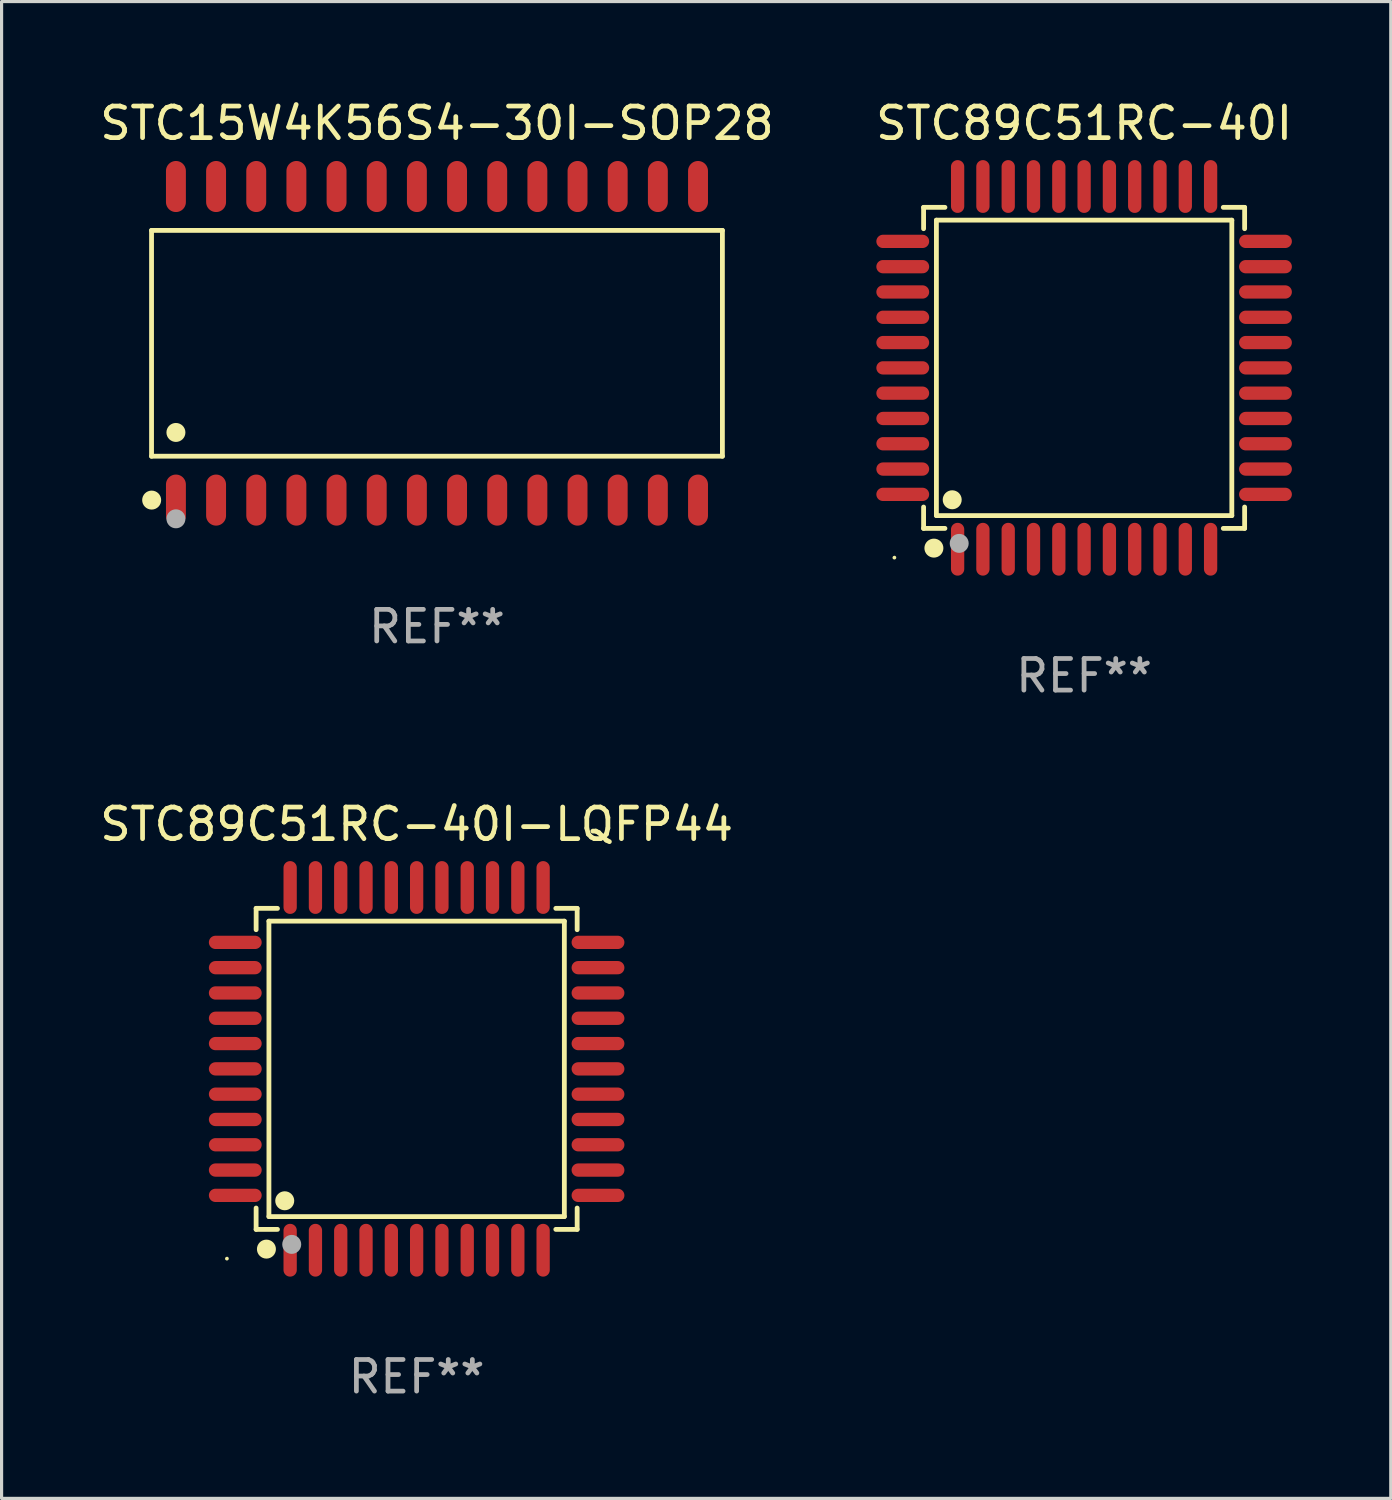
<source format=kicad_pcb>
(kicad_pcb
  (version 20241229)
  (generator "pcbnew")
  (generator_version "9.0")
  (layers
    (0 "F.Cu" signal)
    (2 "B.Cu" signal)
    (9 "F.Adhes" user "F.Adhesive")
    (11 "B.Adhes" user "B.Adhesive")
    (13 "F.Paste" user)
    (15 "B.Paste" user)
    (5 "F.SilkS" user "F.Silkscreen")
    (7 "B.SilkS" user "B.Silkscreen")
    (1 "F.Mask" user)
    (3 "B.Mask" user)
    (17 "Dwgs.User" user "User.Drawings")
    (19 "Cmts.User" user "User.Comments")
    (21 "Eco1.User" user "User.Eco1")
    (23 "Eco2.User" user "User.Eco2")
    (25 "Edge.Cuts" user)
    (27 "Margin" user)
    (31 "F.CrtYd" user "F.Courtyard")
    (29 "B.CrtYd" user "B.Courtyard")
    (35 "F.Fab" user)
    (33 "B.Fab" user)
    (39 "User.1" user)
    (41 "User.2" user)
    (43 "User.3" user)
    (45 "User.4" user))
  (footprint "STC89C51RC-40I-LQFP44"
    (layer "F.Cu")
    (at 10.125 30.75)
    (property "Reference" "STC89C51RC-40I-LQFP44" (at 0 -7.735 0) (layer "F.SilkS") (effects (font (size 1 1) (thickness 0.15))))
    (attr through_hole)
    (fp_line (start -5.076 -5.076) (end -4.401 -5.076) (stroke (width 0.152) (type solid)) (layer "F.SilkS"))
    (fp_line (start -5.076 -4.401) (end -5.076 -5.076) (stroke (width 0.152) (type solid)) (layer "F.SilkS"))
    (fp_line (start -5.076 4.401) (end -5.076 5.076) (stroke (width 0.152) (type solid)) (layer "F.SilkS"))
    (fp_line (start -5.076 5.076) (end -4.401 5.076) (stroke (width 0.152) (type solid)) (layer "F.SilkS"))
    (fp_line (start -4.671 -4.671) (end 4.671 -4.671) (stroke (width 0.152) (type solid)) (layer "F.SilkS"))
    (fp_line (start -4.671 4.671) (end -4.671 -4.671) (stroke (width 0.152) (type solid)) (layer "F.SilkS"))
    (fp_line (start 4.671 -4.671) (end 4.671 4.671) (stroke (width 0.152) (type solid)) (layer "F.SilkS"))
    (fp_line (start 4.671 4.671) (end -4.671 4.671) (stroke (width 0.152) (type solid)) (layer "F.SilkS"))
    (fp_line (start 5.076 -5.076) (end 4.401 -5.076) (stroke (width 0.152) (type solid)) (layer "F.SilkS"))
    (fp_line (start 5.076 -4.401) (end 5.076 -5.076) (stroke (width 0.152) (type solid)) (layer "F.SilkS"))
    (fp_line (start 5.076 4.401) (end 5.076 5.076) (stroke (width 0.152) (type solid)) (layer "F.SilkS"))
    (fp_line (start 5.076 5.076) (end 4.401 5.076) (stroke (width 0.152) (type solid)) (layer "F.SilkS"))
    (fp_circle (center -6 6) (end -5.97 6) (stroke (width 0.06) (type solid)) (fill no) (layer "F.SilkS"))
    (fp_circle (center -4.75 5.7) (end -4.6 5.7) (stroke (width 0.3) (type solid)) (fill no) (layer "F.SilkS"))
    (fp_circle (center -4.171 4.171) (end -4.021 4.171) (stroke (width 0.3) (type solid)) (fill no) (layer "F.SilkS"))
    (fp_circle (center -3.95 5.55) (end -3.8 5.55) (stroke (width 0.3) (type solid)) (fill no) (layer "F.Fab"))
    (fp_text user "REF**" (at 0 9.735 0) (layer "F.Fab") (effects (font (size 1 1) (thickness 0.15))))
    (pad "1" smd oval (at -4 5.735) (size 0.42 1.67) (layers "F.Cu" "F.Mask" "F.Paste"))
    (pad "2" smd oval (at -3.2 5.735) (size 0.42 1.67) (layers "F.Cu" "F.Mask" "F.Paste"))
    (pad "3" smd oval (at -2.4 5.735) (size 0.42 1.67) (layers "F.Cu" "F.Mask" "F.Paste"))
    (pad "4" smd oval (at -1.6 5.735) (size 0.42 1.67) (layers "F.Cu" "F.Mask" "F.Paste"))
    (pad "5" smd oval (at -0.8 5.735) (size 0.42 1.67) (layers "F.Cu" "F.Mask" "F.Paste"))
    (pad "6" smd oval (at 0 5.735) (size 0.42 1.67) (layers "F.Cu" "F.Mask" "F.Paste"))
    (pad "7" smd oval (at 0.8 5.735) (size 0.42 1.67) (layers "F.Cu" "F.Mask" "F.Paste"))
    (pad "8" smd oval (at 1.6 5.735) (size 0.42 1.67) (layers "F.Cu" "F.Mask" "F.Paste"))
    (pad "9" smd oval (at 2.4 5.735) (size 0.42 1.67) (layers "F.Cu" "F.Mask" "F.Paste"))
    (pad "10" smd oval (at 3.2 5.735) (size 0.42 1.67) (layers "F.Cu" "F.Mask" "F.Paste"))
    (pad "11" smd oval (at 4 5.735) (size 0.42 1.67) (layers "F.Cu" "F.Mask" "F.Paste"))
    (pad "12" smd oval (at 5.735 4) (size 1.67 0.42) (layers "F.Cu" "F.Mask" "F.Paste"))
    (pad "13" smd oval (at 5.735 3.2) (size 1.67 0.42) (layers "F.Cu" "F.Mask" "F.Paste"))
    (pad "14" smd oval (at 5.735 2.4) (size 1.67 0.42) (layers "F.Cu" "F.Mask" "F.Paste"))
    (pad "15" smd oval (at 5.735 1.6) (size 1.67 0.42) (layers "F.Cu" "F.Mask" "F.Paste"))
    (pad "16" smd oval (at 5.735 0.8) (size 1.67 0.42) (layers "F.Cu" "F.Mask" "F.Paste"))
    (pad "17" smd oval (at 5.735 0) (size 1.67 0.42) (layers "F.Cu" "F.Mask" "F.Paste"))
    (pad "18" smd oval (at 5.735 -0.8) (size 1.67 0.42) (layers "F.Cu" "F.Mask" "F.Paste"))
    (pad "19" smd oval (at 5.735 -1.6) (size 1.67 0.42) (layers "F.Cu" "F.Mask" "F.Paste"))
    (pad "20" smd oval (at 5.735 -2.4) (size 1.67 0.42) (layers "F.Cu" "F.Mask" "F.Paste"))
    (pad "21" smd oval (at 5.735 -3.2) (size 1.67 0.42) (layers "F.Cu" "F.Mask" "F.Paste"))
    (pad "22" smd oval (at 5.735 -4) (size 1.67 0.42) (layers "F.Cu" "F.Mask" "F.Paste"))
    (pad "23" smd oval (at 4 -5.735) (size 0.42 1.67) (layers "F.Cu" "F.Mask" "F.Paste"))
    (pad "24" smd oval (at 3.2 -5.735) (size 0.42 1.67) (layers "F.Cu" "F.Mask" "F.Paste"))
    (pad "25" smd oval (at 2.4 -5.735) (size 0.42 1.67) (layers "F.Cu" "F.Mask" "F.Paste"))
    (pad "26" smd oval (at 1.6 -5.735) (size 0.42 1.67) (layers "F.Cu" "F.Mask" "F.Paste"))
    (pad "27" smd oval (at 0.8 -5.735) (size 0.42 1.67) (layers "F.Cu" "F.Mask" "F.Paste"))
    (pad "28" smd oval (at 0 -5.735) (size 0.42 1.67) (layers "F.Cu" "F.Mask" "F.Paste"))
    (pad "29" smd oval (at -0.8 -5.735) (size 0.42 1.67) (layers "F.Cu" "F.Mask" "F.Paste"))
    (pad "30" smd oval (at -1.6 -5.735) (size 0.42 1.67) (layers "F.Cu" "F.Mask" "F.Paste"))
    (pad "31" smd oval (at -2.4 -5.735) (size 0.42 1.67) (layers "F.Cu" "F.Mask" "F.Paste"))
    (pad "32" smd oval (at -3.2 -5.735) (size 0.42 1.67) (layers "F.Cu" "F.Mask" "F.Paste"))
    (pad "33" smd oval (at -4 -5.735) (size 0.42 1.67) (layers "F.Cu" "F.Mask" "F.Paste"))
    (pad "34" smd oval (at -5.735 -4) (size 1.67 0.42) (layers "F.Cu" "F.Mask" "F.Paste"))
    (pad "35" smd oval (at -5.735 -3.2) (size 1.67 0.42) (layers "F.Cu" "F.Mask" "F.Paste"))
    (pad "36" smd oval (at -5.735 -2.4) (size 1.67 0.42) (layers "F.Cu" "F.Mask" "F.Paste"))
    (pad "37" smd oval (at -5.735 -1.6) (size 1.67 0.42) (layers "F.Cu" "F.Mask" "F.Paste"))
    (pad "38" smd oval (at -5.735 -0.8) (size 1.67 0.42) (layers "F.Cu" "F.Mask" "F.Paste"))
    (pad "39" smd oval (at -5.735 0) (size 1.67 0.42) (layers "F.Cu" "F.Mask" "F.Paste"))
    (pad "40" smd oval (at -5.735 0.8) (size 1.67 0.42) (layers "F.Cu" "F.Mask" "F.Paste"))
    (pad "41" smd oval (at -5.735 1.6) (size 1.67 0.42) (layers "F.Cu" "F.Mask" "F.Paste"))
    (pad "42" smd oval (at -5.735 2.4) (size 1.67 0.42) (layers "F.Cu" "F.Mask" "F.Paste"))
    (pad "43" smd oval (at -5.735 3.2) (size 1.67 0.42) (layers "F.Cu" "F.Mask" "F.Paste"))
    (pad "44" smd oval (at -5.735 4) (size 1.67 0.42) (layers "F.Cu" "F.Mask" "F.Paste")))
  (footprint "STC89C51RC-40I"
    (layer "F.Cu")
    (at 31.232 8.583)
    (property "Reference" "STC89C51RC-40I" (at 0 -7.735 0) (layer "F.SilkS") (effects (font (size 1 1) (thickness 0.15))))
    (attr through_hole)
    (fp_line (start -5.076 -5.076) (end -4.401 -5.076) (stroke (width 0.152) (type solid)) (layer "F.SilkS"))
    (fp_line (start -5.076 -4.401) (end -5.076 -5.076) (stroke (width 0.152) (type solid)) (layer "F.SilkS"))
    (fp_line (start -5.076 4.401) (end -5.076 5.076) (stroke (width 0.152) (type solid)) (layer "F.SilkS"))
    (fp_line (start -5.076 5.076) (end -4.401 5.076) (stroke (width 0.152) (type solid)) (layer "F.SilkS"))
    (fp_line (start -4.671 -4.671) (end 4.671 -4.671) (stroke (width 0.152) (type solid)) (layer "F.SilkS"))
    (fp_line (start -4.671 4.671) (end -4.671 -4.671) (stroke (width 0.152) (type solid)) (layer "F.SilkS"))
    (fp_line (start 4.671 -4.671) (end 4.671 4.671) (stroke (width 0.152) (type solid)) (layer "F.SilkS"))
    (fp_line (start 4.671 4.671) (end -4.671 4.671) (stroke (width 0.152) (type solid)) (layer "F.SilkS"))
    (fp_line (start 5.076 -5.076) (end 4.401 -5.076) (stroke (width 0.152) (type solid)) (layer "F.SilkS"))
    (fp_line (start 5.076 -4.401) (end 5.076 -5.076) (stroke (width 0.152) (type solid)) (layer "F.SilkS"))
    (fp_line (start 5.076 4.401) (end 5.076 5.076) (stroke (width 0.152) (type solid)) (layer "F.SilkS"))
    (fp_line (start 5.076 5.076) (end 4.401 5.076) (stroke (width 0.152) (type solid)) (layer "F.SilkS"))
    (fp_circle (center -6 6) (end -5.97 6) (stroke (width 0.06) (type solid)) (fill no) (layer "F.SilkS"))
    (fp_circle (center -4.75 5.7) (end -4.6 5.7) (stroke (width 0.3) (type solid)) (fill no) (layer "F.SilkS"))
    (fp_circle (center -4.171 4.171) (end -4.021 4.171) (stroke (width 0.3) (type solid)) (fill no) (layer "F.SilkS"))
    (fp_circle (center -3.95 5.55) (end -3.8 5.55) (stroke (width 0.3) (type solid)) (fill no) (layer "F.Fab"))
    (fp_text user "REF**" (at 0 9.735 0) (layer "F.Fab") (effects (font (size 1 1) (thickness 0.15))))
    (pad "1" smd oval (at -4 5.735) (size 0.42 1.67) (layers "F.Cu" "F.Mask" "F.Paste"))
    (pad "2" smd oval (at -3.2 5.735) (size 0.42 1.67) (layers "F.Cu" "F.Mask" "F.Paste"))
    (pad "3" smd oval (at -2.4 5.735) (size 0.42 1.67) (layers "F.Cu" "F.Mask" "F.Paste"))
    (pad "4" smd oval (at -1.6 5.735) (size 0.42 1.67) (layers "F.Cu" "F.Mask" "F.Paste"))
    (pad "5" smd oval (at -0.8 5.735) (size 0.42 1.67) (layers "F.Cu" "F.Mask" "F.Paste"))
    (pad "6" smd oval (at 0 5.735) (size 0.42 1.67) (layers "F.Cu" "F.Mask" "F.Paste"))
    (pad "7" smd oval (at 0.8 5.735) (size 0.42 1.67) (layers "F.Cu" "F.Mask" "F.Paste"))
    (pad "8" smd oval (at 1.6 5.735) (size 0.42 1.67) (layers "F.Cu" "F.Mask" "F.Paste"))
    (pad "9" smd oval (at 2.4 5.735) (size 0.42 1.67) (layers "F.Cu" "F.Mask" "F.Paste"))
    (pad "10" smd oval (at 3.2 5.735) (size 0.42 1.67) (layers "F.Cu" "F.Mask" "F.Paste"))
    (pad "11" smd oval (at 4 5.735) (size 0.42 1.67) (layers "F.Cu" "F.Mask" "F.Paste"))
    (pad "12" smd oval (at 5.735 4) (size 1.67 0.42) (layers "F.Cu" "F.Mask" "F.Paste"))
    (pad "13" smd oval (at 5.735 3.2) (size 1.67 0.42) (layers "F.Cu" "F.Mask" "F.Paste"))
    (pad "14" smd oval (at 5.735 2.4) (size 1.67 0.42) (layers "F.Cu" "F.Mask" "F.Paste"))
    (pad "15" smd oval (at 5.735 1.6) (size 1.67 0.42) (layers "F.Cu" "F.Mask" "F.Paste"))
    (pad "16" smd oval (at 5.735 0.8) (size 1.67 0.42) (layers "F.Cu" "F.Mask" "F.Paste"))
    (pad "17" smd oval (at 5.735 0) (size 1.67 0.42) (layers "F.Cu" "F.Mask" "F.Paste"))
    (pad "18" smd oval (at 5.735 -0.8) (size 1.67 0.42) (layers "F.Cu" "F.Mask" "F.Paste"))
    (pad "19" smd oval (at 5.735 -1.6) (size 1.67 0.42) (layers "F.Cu" "F.Mask" "F.Paste"))
    (pad "20" smd oval (at 5.735 -2.4) (size 1.67 0.42) (layers "F.Cu" "F.Mask" "F.Paste"))
    (pad "21" smd oval (at 5.735 -3.2) (size 1.67 0.42) (layers "F.Cu" "F.Mask" "F.Paste"))
    (pad "22" smd oval (at 5.735 -4) (size 1.67 0.42) (layers "F.Cu" "F.Mask" "F.Paste"))
    (pad "23" smd oval (at 4 -5.735) (size 0.42 1.67) (layers "F.Cu" "F.Mask" "F.Paste"))
    (pad "24" smd oval (at 3.2 -5.735) (size 0.42 1.67) (layers "F.Cu" "F.Mask" "F.Paste"))
    (pad "25" smd oval (at 2.4 -5.735) (size 0.42 1.67) (layers "F.Cu" "F.Mask" "F.Paste"))
    (pad "26" smd oval (at 1.6 -5.735) (size 0.42 1.67) (layers "F.Cu" "F.Mask" "F.Paste"))
    (pad "27" smd oval (at 0.8 -5.735) (size 0.42 1.67) (layers "F.Cu" "F.Mask" "F.Paste"))
    (pad "28" smd oval (at 0 -5.735) (size 0.42 1.67) (layers "F.Cu" "F.Mask" "F.Paste"))
    (pad "29" smd oval (at -0.8 -5.735) (size 0.42 1.67) (layers "F.Cu" "F.Mask" "F.Paste"))
    (pad "30" smd oval (at -1.6 -5.735) (size 0.42 1.67) (layers "F.Cu" "F.Mask" "F.Paste"))
    (pad "31" smd oval (at -2.4 -5.735) (size 0.42 1.67) (layers "F.Cu" "F.Mask" "F.Paste"))
    (pad "32" smd oval (at -3.2 -5.735) (size 0.42 1.67) (layers "F.Cu" "F.Mask" "F.Paste"))
    (pad "33" smd oval (at -4 -5.735) (size 0.42 1.67) (layers "F.Cu" "F.Mask" "F.Paste"))
    (pad "34" smd oval (at -5.735 -4) (size 1.67 0.42) (layers "F.Cu" "F.Mask" "F.Paste"))
    (pad "35" smd oval (at -5.735 -3.2) (size 1.67 0.42) (layers "F.Cu" "F.Mask" "F.Paste"))
    (pad "36" smd oval (at -5.735 -2.4) (size 1.67 0.42) (layers "F.Cu" "F.Mask" "F.Paste"))
    (pad "37" smd oval (at -5.735 -1.6) (size 1.67 0.42) (layers "F.Cu" "F.Mask" "F.Paste"))
    (pad "38" smd oval (at -5.735 -0.8) (size 1.67 0.42) (layers "F.Cu" "F.Mask" "F.Paste"))
    (pad "39" smd oval (at -5.735 0) (size 1.67 0.42) (layers "F.Cu" "F.Mask" "F.Paste"))
    (pad "40" smd oval (at -5.735 0.8) (size 1.67 0.42) (layers "F.Cu" "F.Mask" "F.Paste"))
    (pad "41" smd oval (at -5.735 1.6) (size 1.67 0.42) (layers "F.Cu" "F.Mask" "F.Paste"))
    (pad "42" smd oval (at -5.735 2.4) (size 1.67 0.42) (layers "F.Cu" "F.Mask" "F.Paste"))
    (pad "43" smd oval (at -5.735 3.2) (size 1.67 0.42) (layers "F.Cu" "F.Mask" "F.Paste"))
    (pad "44" smd oval (at -5.735 4) (size 1.67 0.42) (layers "F.Cu" "F.Mask" "F.Paste")))
  (footprint "STC15W4K56S4-30I-SOP28"
    (layer "F.Cu")
    (at 10.768 7.806)
    (property "Reference" "STC15W4K56S4-30I-SOP28" (at 0 -6.958 0) (layer "F.SilkS") (effects (font (size 1 1) (thickness 0.15))))
    (attr through_hole)
    (fp_line (start -9.026 -3.571) (end 9.026 -3.571) (stroke (width 0.152) (type solid)) (layer "F.SilkS"))
    (fp_line (start -9.026 3.571) (end -9.026 -3.571) (stroke (width 0.152) (type solid)) (layer "F.SilkS"))
    (fp_line (start 9.026 -3.571) (end 9.026 3.571) (stroke (width 0.152) (type solid)) (layer "F.SilkS"))
    (fp_line (start 9.026 3.571) (end -9.026 3.571) (stroke (width 0.152) (type solid)) (layer "F.SilkS"))
    (fp_circle (center -9.022 4.958) (end -8.872 4.958) (stroke (width 0.3) (type solid)) (fill no) (layer "F.SilkS"))
    (fp_circle (center -8.95 5.15) (end -8.92 5.15) (stroke (width 0.06) (type solid)) (fill no) (layer "F.SilkS"))
    (fp_circle (center -8.255 2.819) (end -8.105 2.819) (stroke (width 0.3) (type solid)) (fill no) (layer "F.SilkS"))
    (fp_circle (center -8.255 5.55) (end -8.105 5.55) (stroke (width 0.3) (type solid)) (fill no) (layer "F.Fab"))
    (fp_text user "REF**" (at 0 8.958 0) (layer "F.Fab") (effects (font (size 1 1) (thickness 0.15))))
    (pad "1" smd oval (at -8.255 4.958) (size 0.63 1.615) (layers "F.Cu" "F.Mask" "F.Paste"))
    (pad "2" smd oval (at -6.985 4.958) (size 0.63 1.615) (layers "F.Cu" "F.Mask" "F.Paste"))
    (pad "3" smd oval (at -5.715 4.958) (size 0.63 1.615) (layers "F.Cu" "F.Mask" "F.Paste"))
    (pad "4" smd oval (at -4.445 4.958) (size 0.63 1.615) (layers "F.Cu" "F.Mask" "F.Paste"))
    (pad "5" smd oval (at -3.175 4.958) (size 0.63 1.615) (layers "F.Cu" "F.Mask" "F.Paste"))
    (pad "6" smd oval (at -1.905 4.958) (size 0.63 1.615) (layers "F.Cu" "F.Mask" "F.Paste"))
    (pad "7" smd oval (at -0.635 4.958) (size 0.63 1.615) (layers "F.Cu" "F.Mask" "F.Paste"))
    (pad "8" smd oval (at 0.635 4.958) (size 0.63 1.615) (layers "F.Cu" "F.Mask" "F.Paste"))
    (pad "9" smd oval (at 1.905 4.958) (size 0.63 1.615) (layers "F.Cu" "F.Mask" "F.Paste"))
    (pad "10" smd oval (at 3.175 4.958) (size 0.63 1.615) (layers "F.Cu" "F.Mask" "F.Paste"))
    (pad "11" smd oval (at 4.445 4.958) (size 0.63 1.615) (layers "F.Cu" "F.Mask" "F.Paste"))
    (pad "12" smd oval (at 5.715 4.958) (size 0.63 1.615) (layers "F.Cu" "F.Mask" "F.Paste"))
    (pad "13" smd oval (at 6.985 4.958) (size 0.63 1.615) (layers "F.Cu" "F.Mask" "F.Paste"))
    (pad "14" smd oval (at 8.255 4.958) (size 0.63 1.615) (layers "F.Cu" "F.Mask" "F.Paste"))
    (pad "15" smd oval (at 8.255 -4.958) (size 0.63 1.615) (layers "F.Cu" "F.Mask" "F.Paste"))
    (pad "16" smd oval (at 6.985 -4.958) (size 0.63 1.615) (layers "F.Cu" "F.Mask" "F.Paste"))
    (pad "17" smd oval (at 5.715 -4.958) (size 0.63 1.615) (layers "F.Cu" "F.Mask" "F.Paste"))
    (pad "18" smd oval (at 4.445 -4.958) (size 0.63 1.615) (layers "F.Cu" "F.Mask" "F.Paste"))
    (pad "19" smd oval (at 3.175 -4.958) (size 0.63 1.615) (layers "F.Cu" "F.Mask" "F.Paste"))
    (pad "20" smd oval (at 1.905 -4.958) (size 0.63 1.615) (layers "F.Cu" "F.Mask" "F.Paste"))
    (pad "21" smd oval (at 0.635 -4.958) (size 0.63 1.615) (layers "F.Cu" "F.Mask" "F.Paste"))
    (pad "22" smd oval (at -0.635 -4.958) (size 0.63 1.615) (layers "F.Cu" "F.Mask" "F.Paste"))
    (pad "23" smd oval (at -1.905 -4.958) (size 0.63 1.615) (layers "F.Cu" "F.Mask" "F.Paste"))
    (pad "24" smd oval (at -3.175 -4.958) (size 0.63 1.615) (layers "F.Cu" "F.Mask" "F.Paste"))
    (pad "25" smd oval (at -4.445 -4.958) (size 0.63 1.615) (layers "F.Cu" "F.Mask" "F.Paste"))
    (pad "26" smd oval (at -5.715 -4.958) (size 0.63 1.615) (layers "F.Cu" "F.Mask" "F.Paste"))
    (pad "27" smd oval (at -6.985 -4.958) (size 0.63 1.615) (layers "F.Cu" "F.Mask" "F.Paste"))
    (pad "28" smd oval (at -8.255 -4.958) (size 0.63 1.615) (layers "F.Cu" "F.Mask" "F.Paste")))
  (gr_rect
    (start -3 -3)
    (end 40.929 44.333)
    (stroke (width 0.1) (type default))
    (fill no)
    (layer "Edge.Cuts")))
</source>
